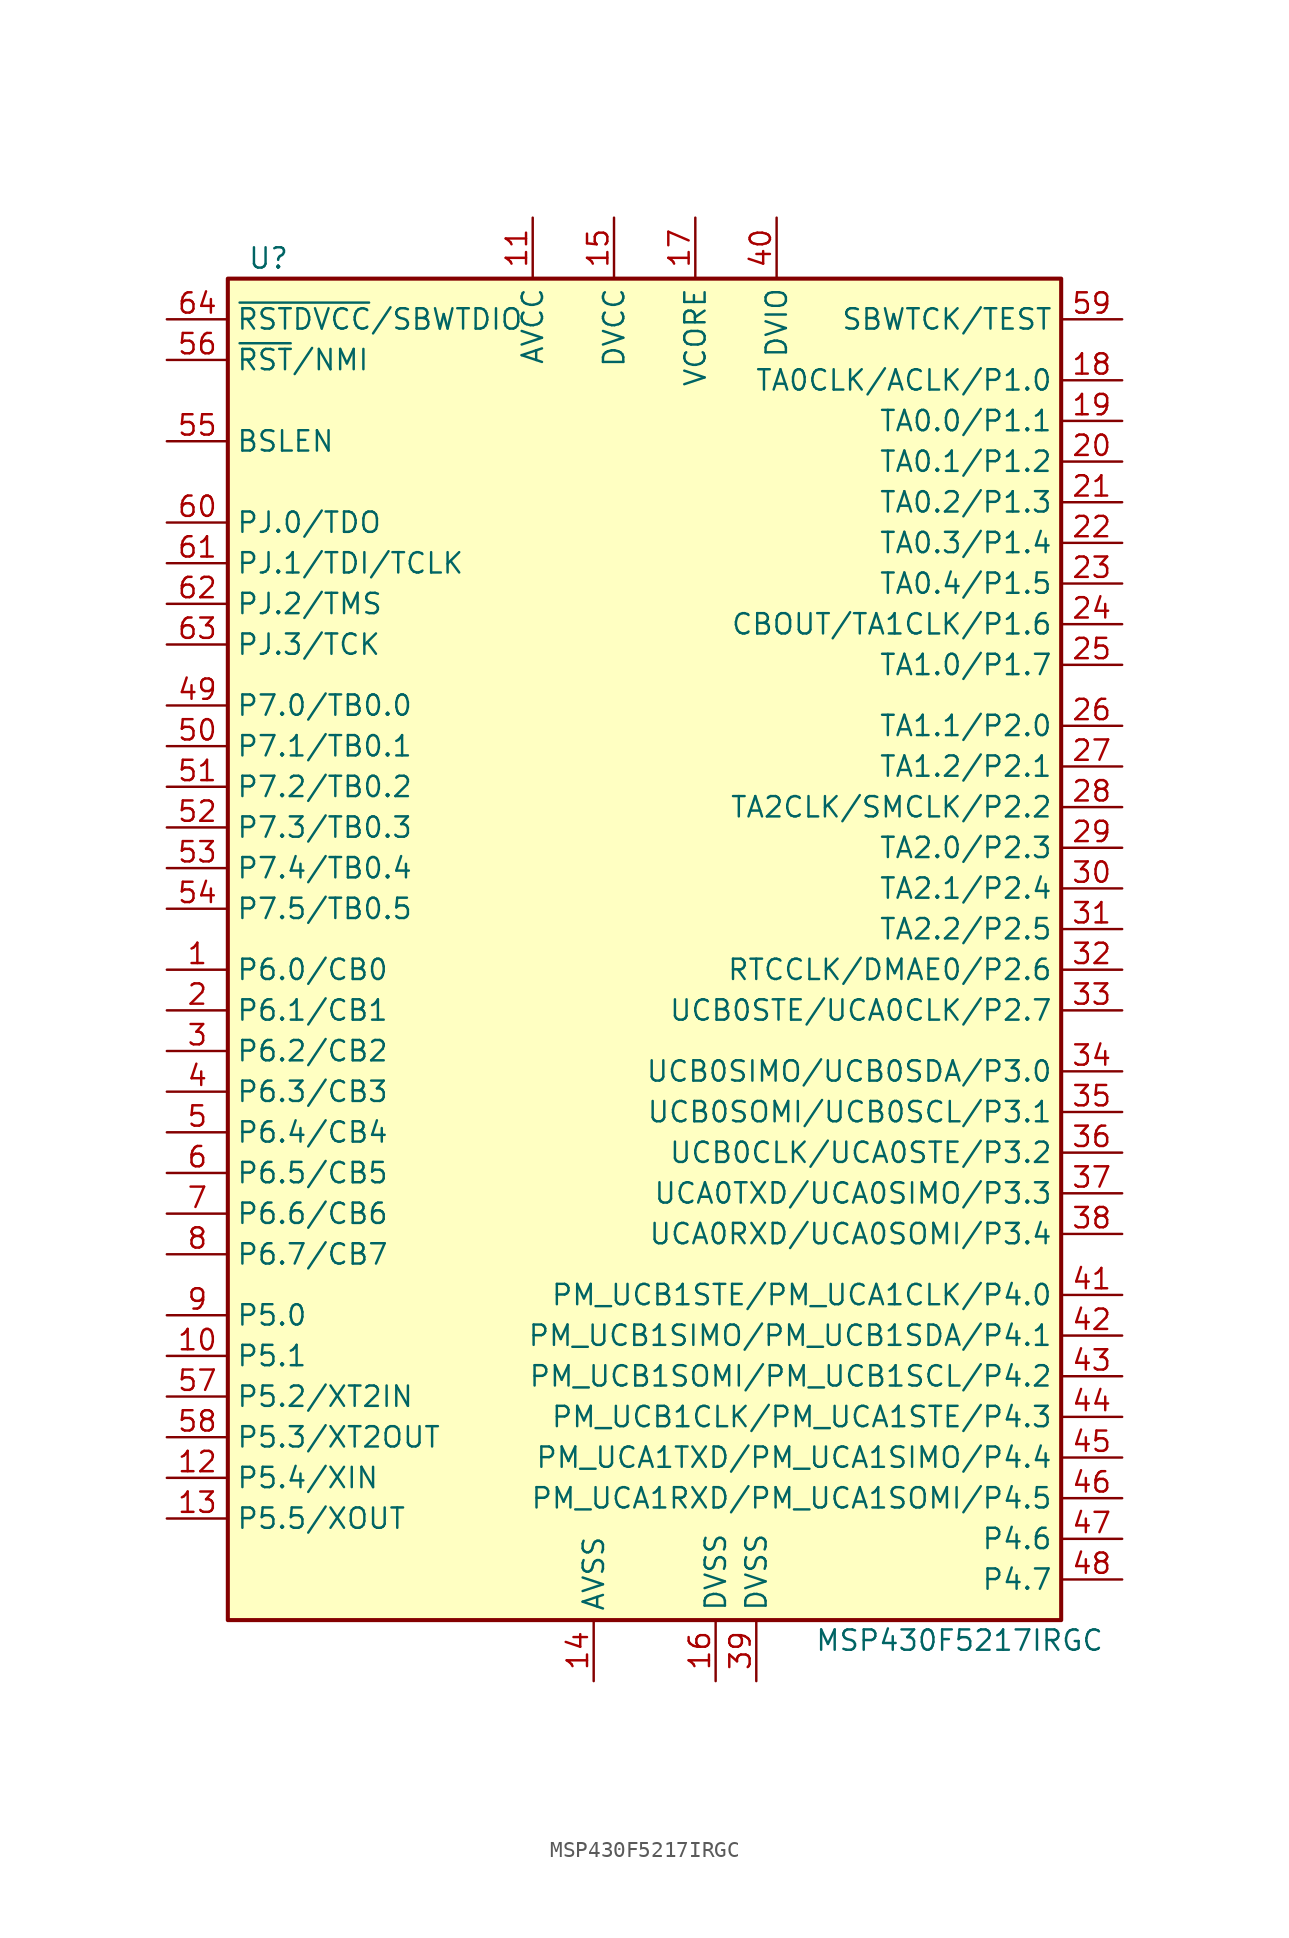
<source format=kicad_sym>
(kicad_symbol_lib
  (version 20241209)
  (generator "kicad_symbol_editor")
  (generator_version "9.0")
  (symbol "MSP430F5217IRGC"
    (property "Reference" "U"
      (at -24.13 43.18 0)
      (effects (font (size 1.27 1.27))))
    (property "Value" "MSP430F5217IRGC"
      (at 19.05 -43.18 0)
      (effects (font (size 1.27 1.27))))
    (symbol "MSP430F5217IRGC_0_1"
      (rectangle (start -26.67 41.91) (end 25.4 -41.91) (stroke (width 0.254) (type default)) (fill (type background))))
    (symbol "MSP430F5217IRGC_1_1"
      (pin bidirectional line (at -30.48 39.37 0) (length 3.81) (name "~{RSTDVCC}/SBWTDIO" (effects (font (size 1.27 1.27)))) (number "64" (effects (font (size 1.27 1.27)))))
      (pin input line (at -30.48 36.83 0) (length 3.81) (name "~{RST}/NMI" (effects (font (size 1.27 1.27)))) (number "56" (effects (font (size 1.27 1.27)))))
      (pin bidirectional line (at -30.48 31.75 0) (length 3.81) (name "BSLEN" (effects (font (size 1.27 1.27)))) (number "55" (effects (font (size 1.27 1.27)))))
      (pin bidirectional line (at -30.48 26.67 0) (length 3.81) (name "PJ.0/TDO" (effects (font (size 1.27 1.27)))) (number "60" (effects (font (size 1.27 1.27)))))
      (pin bidirectional line (at -30.48 24.13 0) (length 3.81) (name "PJ.1/TDI/TCLK" (effects (font (size 1.27 1.27)))) (number "61" (effects (font (size 1.27 1.27)))))
      (pin bidirectional line (at -30.48 21.59 0) (length 3.81) (name "PJ.2/TMS" (effects (font (size 1.27 1.27)))) (number "62" (effects (font (size 1.27 1.27)))))
      (pin bidirectional line (at -30.48 19.05 0) (length 3.81) (name "PJ.3/TCK" (effects (font (size 1.27 1.27)))) (number "63" (effects (font (size 1.27 1.27)))))
      (pin bidirectional line (at -30.48 15.24 0) (length 3.81) (name "P7.0/TB0.0" (effects (font (size 1.27 1.27)))) (number "49" (effects (font (size 1.27 1.27)))))
      (pin bidirectional line (at -30.48 12.7 0) (length 3.81) (name "P7.1/TB0.1" (effects (font (size 1.27 1.27)))) (number "50" (effects (font (size 1.27 1.27)))))
      (pin bidirectional line (at -30.48 10.16 0) (length 3.81) (name "P7.2/TB0.2" (effects (font (size 1.27 1.27)))) (number "51" (effects (font (size 1.27 1.27)))))
      (pin bidirectional line (at -30.48 7.62 0) (length 3.81) (name "P7.3/TB0.3" (effects (font (size 1.27 1.27)))) (number "52" (effects (font (size 1.27 1.27)))))
      (pin bidirectional line (at -30.48 5.08 0) (length 3.81) (name "P7.4/TB0.4" (effects (font (size 1.27 1.27)))) (number "53" (effects (font (size 1.27 1.27)))))
      (pin bidirectional line (at -30.48 2.54 0) (length 3.81) (name "P7.5/TB0.5" (effects (font (size 1.27 1.27)))) (number "54" (effects (font (size 1.27 1.27)))))
      (pin bidirectional line (at -30.48 -1.27 0) (length 3.81) (name "P6.0/CB0" (effects (font (size 1.27 1.27)))) (number "1" (effects (font (size 1.27 1.27)))))
      (pin bidirectional line (at -30.48 -3.81 0) (length 3.81) (name "P6.1/CB1" (effects (font (size 1.27 1.27)))) (number "2" (effects (font (size 1.27 1.27)))))
      (pin bidirectional line (at -30.48 -6.35 0) (length 3.81) (name "P6.2/CB2" (effects (font (size 1.27 1.27)))) (number "3" (effects (font (size 1.27 1.27)))))
      (pin bidirectional line (at -30.48 -8.89 0) (length 3.81) (name "P6.3/CB3" (effects (font (size 1.27 1.27)))) (number "4" (effects (font (size 1.27 1.27)))))
      (pin bidirectional line (at -30.48 -11.43 0) (length 3.81) (name "P6.4/CB4" (effects (font (size 1.27 1.27)))) (number "5" (effects (font (size 1.27 1.27)))))
      (pin bidirectional line (at -30.48 -13.97 0) (length 3.81) (name "P6.5/CB5" (effects (font (size 1.27 1.27)))) (number "6" (effects (font (size 1.27 1.27)))))
      (pin bidirectional line (at -30.48 -16.51 0) (length 3.81) (name "P6.6/CB6" (effects (font (size 1.27 1.27)))) (number "7" (effects (font (size 1.27 1.27)))))
      (pin bidirectional line (at -30.48 -19.05 0) (length 3.81) (name "P6.7/CB7" (effects (font (size 1.27 1.27)))) (number "8" (effects (font (size 1.27 1.27)))))
      (pin bidirectional line (at -30.48 -22.86 0) (length 3.81) (name "P5.0" (effects (font (size 1.27 1.27)))) (number "9" (effects (font (size 1.27 1.27)))))
      (pin bidirectional line (at -30.48 -25.4 0) (length 3.81) (name "P5.1" (effects (font (size 1.27 1.27)))) (number "10" (effects (font (size 1.27 1.27)))))
      (pin bidirectional line (at -30.48 -27.94 0) (length 3.81) (name "P5.2/XT2IN" (effects (font (size 1.27 1.27)))) (number "57" (effects (font (size 1.27 1.27)))))
      (pin bidirectional line (at -30.48 -30.48 0) (length 3.81) (name "P5.3/XT2OUT" (effects (font (size 1.27 1.27)))) (number "58" (effects (font (size 1.27 1.27)))))
      (pin bidirectional line (at -30.48 -33.02 0) (length 3.81) (name "P5.4/XIN" (effects (font (size 1.27 1.27)))) (number "12" (effects (font (size 1.27 1.27)))))
      (pin bidirectional line (at -30.48 -35.56 0) (length 3.81) (name "P5.5/XOUT" (effects (font (size 1.27 1.27)))) (number "13" (effects (font (size 1.27 1.27)))))
      (pin power_in line (at -7.62 45.72 270) (length 3.81) (name "AVCC" (effects (font (size 1.27 1.27)))) (number "11" (effects (font (size 1.27 1.27)))))
      (pin power_in line (at -3.81 -45.72 90) (length 3.81) (name "AVSS" (effects (font (size 1.27 1.27)))) (number "14" (effects (font (size 1.27 1.27)))))
      (pin power_in line (at -2.54 45.72 270) (length 3.81) (name "DVCC" (effects (font (size 1.27 1.27)))) (number "15" (effects (font (size 1.27 1.27)))))
      (pin power_in line (at 2.54 45.72 270) (length 3.81) (name "VCORE" (effects (font (size 1.27 1.27)))) (number "17" (effects (font (size 1.27 1.27)))))
      (pin power_in line (at 3.81 -45.72 90) (length 3.81) (name "DVSS" (effects (font (size 1.27 1.27)))) (number "16" (effects (font (size 1.27 1.27)))))
      (pin power_in line (at 6.35 -45.72 90) (length 3.81) (name "DVSS" (effects (font (size 1.27 1.27)))) (number "39" (effects (font (size 1.27 1.27)))))
      (pin power_in line (at 7.62 45.72 270) (length 3.81) (name "DVIO" (effects (font (size 1.27 1.27)))) (number "40" (effects (font (size 1.27 1.27)))))
      (pin input line (at 29.21 39.37 180) (length 3.81) (name "SBWTCK/TEST" (effects (font (size 1.27 1.27)))) (number "59" (effects (font (size 1.27 1.27)))))
      (pin bidirectional line (at 29.21 35.56 180) (length 3.81) (name "TA0CLK/ACLK/P1.0" (effects (font (size 1.27 1.27)))) (number "18" (effects (font (size 1.27 1.27)))))
      (pin bidirectional line (at 29.21 33.02 180) (length 3.81) (name "TA0.0/P1.1" (effects (font (size 1.27 1.27)))) (number "19" (effects (font (size 1.27 1.27)))))
      (pin bidirectional line (at 29.21 30.48 180) (length 3.81) (name "TA0.1/P1.2" (effects (font (size 1.27 1.27)))) (number "20" (effects (font (size 1.27 1.27)))))
      (pin bidirectional line (at 29.21 27.94 180) (length 3.81) (name "TA0.2/P1.3" (effects (font (size 1.27 1.27)))) (number "21" (effects (font (size 1.27 1.27)))))
      (pin bidirectional line (at 29.21 25.4 180) (length 3.81) (name "TA0.3/P1.4" (effects (font (size 1.27 1.27)))) (number "22" (effects (font (size 1.27 1.27)))))
      (pin bidirectional line (at 29.21 22.86 180) (length 3.81) (name "TA0.4/P1.5" (effects (font (size 1.27 1.27)))) (number "23" (effects (font (size 1.27 1.27)))))
      (pin bidirectional line (at 29.21 20.32 180) (length 3.81) (name "CBOUT/TA1CLK/P1.6" (effects (font (size 1.27 1.27)))) (number "24" (effects (font (size 1.27 1.27)))))
      (pin bidirectional line (at 29.21 17.78 180) (length 3.81) (name "TA1.0/P1.7" (effects (font (size 1.27 1.27)))) (number "25" (effects (font (size 1.27 1.27)))))
      (pin bidirectional line (at 29.21 13.97 180) (length 3.81) (name "TA1.1/P2.0" (effects (font (size 1.27 1.27)))) (number "26" (effects (font (size 1.27 1.27)))))
      (pin bidirectional line (at 29.21 11.43 180) (length 3.81) (name "TA1.2/P2.1" (effects (font (size 1.27 1.27)))) (number "27" (effects (font (size 1.27 1.27)))))
      (pin bidirectional line (at 29.21 8.89 180) (length 3.81) (name "TA2CLK/SMCLK/P2.2" (effects (font (size 1.27 1.27)))) (number "28" (effects (font (size 1.27 1.27)))))
      (pin bidirectional line (at 29.21 6.35 180) (length 3.81) (name "TA2.0/P2.3" (effects (font (size 1.27 1.27)))) (number "29" (effects (font (size 1.27 1.27)))))
      (pin bidirectional line (at 29.21 3.81 180) (length 3.81) (name "TA2.1/P2.4" (effects (font (size 1.27 1.27)))) (number "30" (effects (font (size 1.27 1.27)))))
      (pin bidirectional line (at 29.21 1.27 180) (length 3.81) (name "TA2.2/P2.5" (effects (font (size 1.27 1.27)))) (number "31" (effects (font (size 1.27 1.27)))))
      (pin bidirectional line (at 29.21 -1.27 180) (length 3.81) (name "RTCCLK/DMAE0/P2.6" (effects (font (size 1.27 1.27)))) (number "32" (effects (font (size 1.27 1.27)))))
      (pin bidirectional line (at 29.21 -3.81 180) (length 3.81) (name "UCB0STE/UCA0CLK/P2.7" (effects (font (size 1.27 1.27)))) (number "33" (effects (font (size 1.27 1.27)))))
      (pin bidirectional line (at 29.21 -7.62 180) (length 3.81) (name "UCB0SIMO/UCB0SDA/P3.0" (effects (font (size 1.27 1.27)))) (number "34" (effects (font (size 1.27 1.27)))))
      (pin bidirectional line (at 29.21 -10.16 180) (length 3.81) (name "UCB0SOMI/UCB0SCL/P3.1" (effects (font (size 1.27 1.27)))) (number "35" (effects (font (size 1.27 1.27)))))
      (pin bidirectional line (at 29.21 -12.7 180) (length 3.81) (name "UCB0CLK/UCA0STE/P3.2" (effects (font (size 1.27 1.27)))) (number "36" (effects (font (size 1.27 1.27)))))
      (pin bidirectional line (at 29.21 -15.24 180) (length 3.81) (name "UCA0TXD/UCA0SIMO/P3.3" (effects (font (size 1.27 1.27)))) (number "37" (effects (font (size 1.27 1.27)))))
      (pin bidirectional line (at 29.21 -17.78 180) (length 3.81) (name "UCA0RXD/UCA0SOMI/P3.4" (effects (font (size 1.27 1.27)))) (number "38" (effects (font (size 1.27 1.27)))))
      (pin bidirectional line (at 29.21 -21.59 180) (length 3.81) (name "PM_UCB1STE/PM_UCA1CLK/P4.0" (effects (font (size 1.27 1.27)))) (number "41" (effects (font (size 1.27 1.27)))))
      (pin bidirectional line (at 29.21 -24.13 180) (length 3.81) (name "PM_UCB1SIMO/PM_UCB1SDA/P4.1" (effects (font (size 1.27 1.27)))) (number "42" (effects (font (size 1.27 1.27)))))
      (pin bidirectional line (at 29.21 -26.67 180) (length 3.81) (name "PM_UCB1SOMI/PM_UCB1SCL/P4.2" (effects (font (size 1.27 1.27)))) (number "43" (effects (font (size 1.27 1.27)))))
      (pin bidirectional line (at 29.21 -29.21 180) (length 3.81) (name "PM_UCB1CLK/PM_UCA1STE/P4.3" (effects (font (size 1.27 1.27)))) (number "44" (effects (font (size 1.27 1.27)))))
      (pin bidirectional line (at 29.21 -31.75 180) (length 3.81) (name "PM_UCA1TXD/PM_UCA1SIMO/P4.4" (effects (font (size 1.27 1.27)))) (number "45" (effects (font (size 1.27 1.27)))))
      (pin bidirectional line (at 29.21 -34.29 180) (length 3.81) (name "PM_UCA1RXD/PM_UCA1SOMI/P4.5" (effects (font (size 1.27 1.27)))) (number "46" (effects (font (size 1.27 1.27)))))
      (pin bidirectional line (at 29.21 -36.83 180) (length 3.81) (name "P4.6" (effects (font (size 1.27 1.27)))) (number "47" (effects (font (size 1.27 1.27)))))
      (pin bidirectional line (at 29.21 -39.37 180) (length 3.81) (name "P4.7" (effects (font (size 1.27 1.27)))) (number "48" (effects (font (size 1.27 1.27))))))))
</source>
